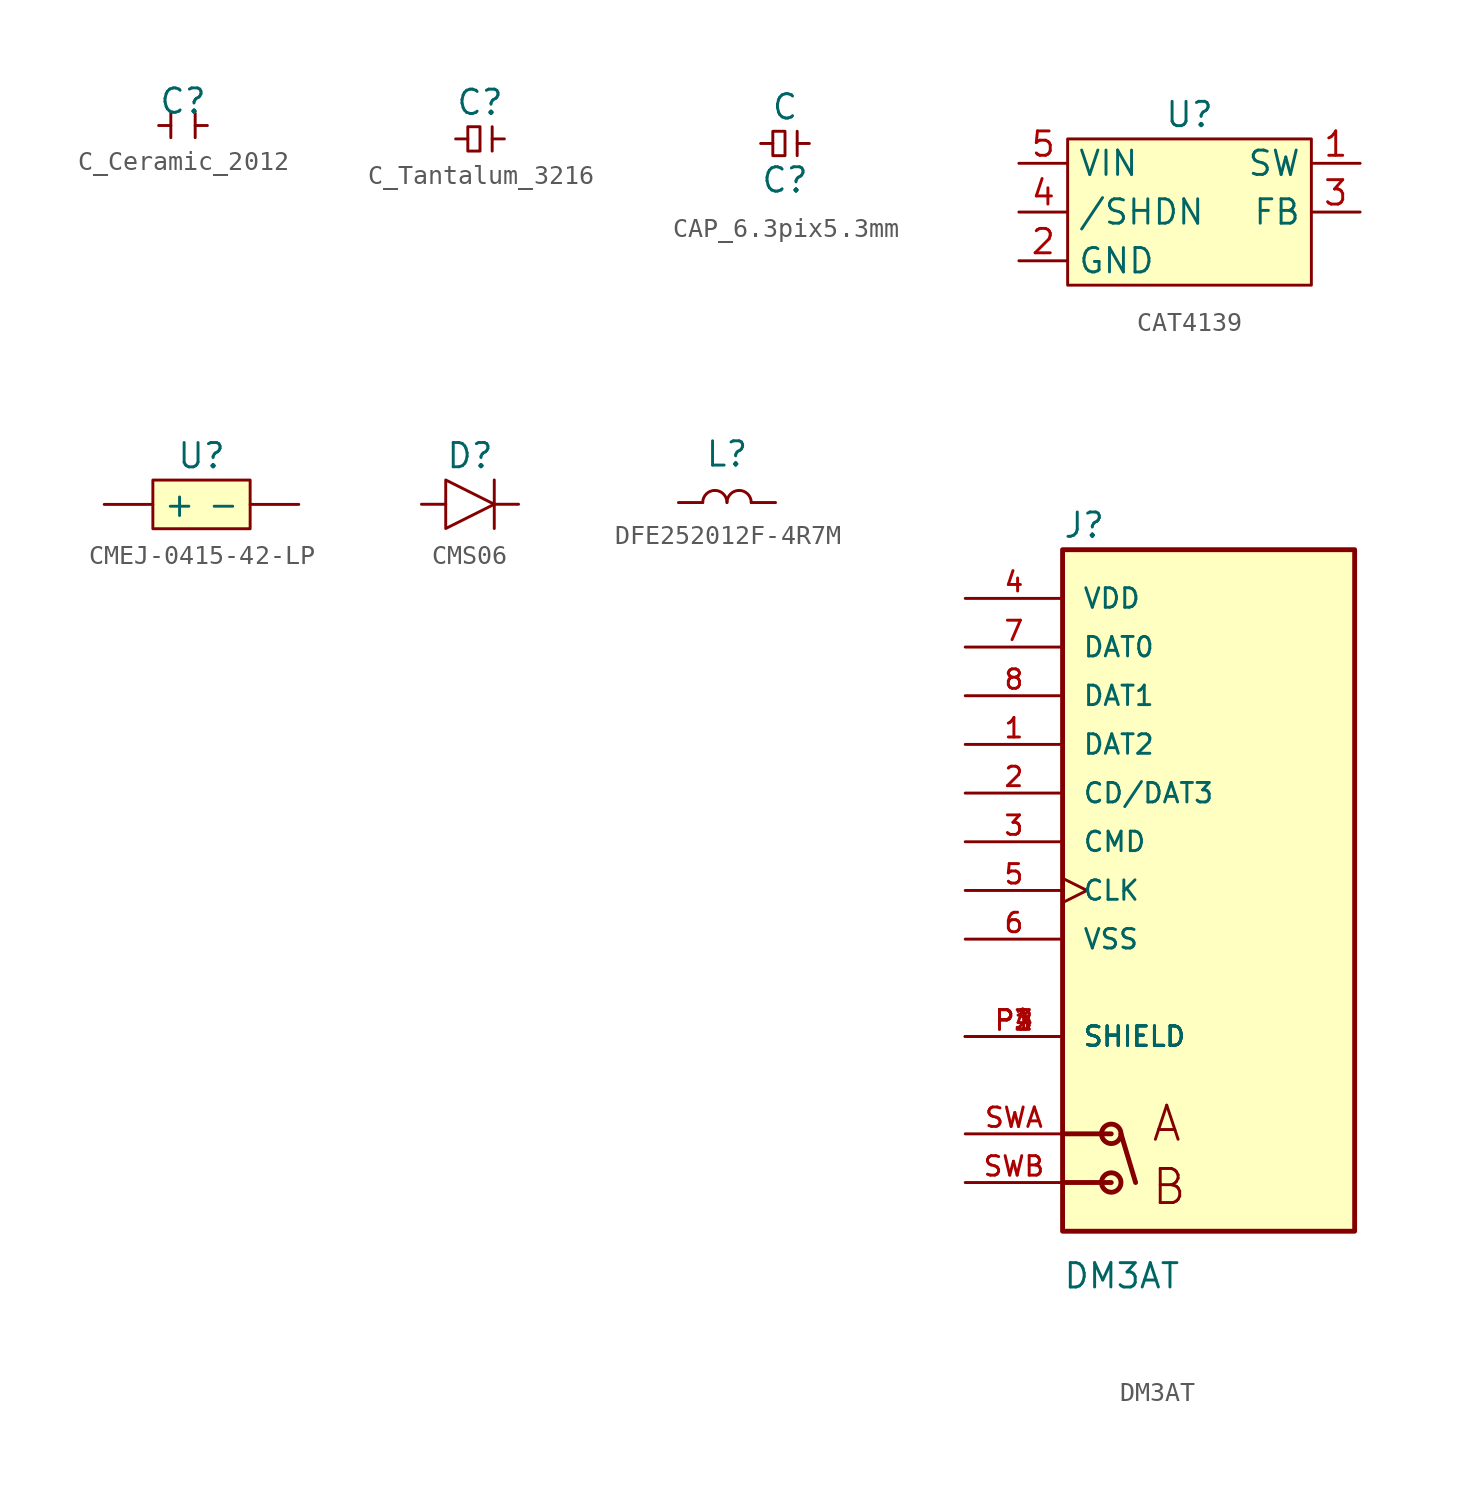
<source format=kicad_sym>
(kicad_symbol_lib
  (version 20220914)
  (generator kicad_symbol_editor)
  (symbol "C_Ceramic_2012"
    (pin_numbers hide)
    (pin_names
      (offset 0) hide)
    (property "Reference" "C"
      (at 0 1.27 0)
      (effects (font (size 1.27 1.27))))
    (property "Value" ""
      (at 0 0 0)
      (effects (font (size 1.27 1.27))))
    (symbol "C_Ceramic_2012_0_1"
      (polyline (pts (xy -0.635 0.635) (xy -0.635 -0.635)) (stroke (width 0) (type default)) (fill (type none)))
      (polyline (pts (xy 0.635 0.635) (xy 0.635 -0.635)) (stroke (width 0) (type default)) (fill (type none))))
    (symbol "C_Ceramic_2012_1_1"
      (pin passive line (at -1.27 0 0) (length 0.635) (name "" (effects (font (size 1.27 1.27)))) (number "1" (effects (font (size 1.27 1.27)))))
      (pin passive line (at 1.27 0 180) (length 0.635) (name "" (effects (font (size 1.27 1.27)))) (number "2" (effects (font (size 1.27 1.27)))))))
  (symbol "C_Tantalum_3216"
    (pin_numbers hide)
    (pin_names
      (offset 0) hide)
    (property "Reference" "C"
      (at 0 1.905 0)
      (effects (font (size 1.27 1.27))))
    (property "Value" ""
      (at 0 0 0)
      (effects (font (size 1.27 1.27))))
    (symbol "C_Tantalum_3216_0_1"
      (polyline (pts (xy 0.635 0.635) (xy 0.635 -0.635)) (stroke (width 0) (type default)) (fill (type none)))
      (polyline (pts (xy -0.635 0.635) (xy -0.635 -0.635) (xy 0 -0.635) (xy 0 0.635) (xy -0.635 0.635)) (stroke (width 0) (type default)) (fill (type none))))
    (symbol "C_Tantalum_3216_1_1"
      (pin passive line (at -1.27 0 0) (length 0.635) (name "" (effects (font (size 1.27 1.27)))) (number "1" (effects (font (size 1.27 1.27)))))
      (pin passive line (at 1.27 0 180) (length 0.635) (name "" (effects (font (size 1.27 1.27)))) (number "2" (effects (font (size 1.27 1.27)))))))
  (symbol "CAP_6.3pix5.3mm"
    (pin_numbers hide)
    (pin_names hide)
    (property "Reference" "C"
      (at 0 -1.905 0)
      (effects (font (size 1.27 1.27))))
    (property "Value" "C"
      (at 0 1.905 0)
      (effects (font (size 1.27 1.27))))
    (symbol "CAP_6.3pix5.3mm_0_1"
      (polyline (pts (xy 0.635 0.635) (xy 0.635 -0.635)) (stroke (width 0) (type default)) (fill (type none)))
      (polyline (pts (xy -0.635 0.635) (xy -0.635 -0.635) (xy 0 -0.635) (xy 0 0.635) (xy -0.635 0.635)) (stroke (width 0) (type default)) (fill (type none))))
    (symbol "CAP_6.3pix5.3mm_1_1"
      (pin input line (at -1.27 0 0) (length 0.635) (name "" (effects (font (size 1.27 1.27)))) (number "1" (effects (font (size 1.27 1.27)))))
      (pin input line (at 1.27 0 180) (length 0.635) (name "" (effects (font (size 1.27 1.27)))) (number "2" (effects (font (size 1.27 1.27)))))))
  (symbol "CAT4139"
    (property "Reference" "U"
      (at 0 5.08 0)
      (effects (font (size 1.27 1.27))))
    (property "Value" ""
      (at -8.89 5.08 0)
      (effects (font (size 1.27 1.27))))
    (symbol "CAT4139_1_1"
      (rectangle (start -6.35 3.81) (end 6.35 -3.81) (stroke (width 0) (type default)) (fill (type background)))
      (pin power_out line (at 8.89 2.54 180) (length 2.54) (name "SW" (effects (font (size 1.27 1.27)))) (number "1" (effects (font (size 1.27 1.27)))))
      (pin power_in line (at -8.89 -2.54 0) (length 2.54) (name "GND" (effects (font (size 1.27 1.27)))) (number "2" (effects (font (size 1.27 1.27)))))
      (pin input line (at 8.89 0 180) (length 2.54) (name "FB" (effects (font (size 1.27 1.27)))) (number "3" (effects (font (size 1.27 1.27)))))
      (pin input line (at -8.89 0 0) (length 2.54) (name "/SHDN" (effects (font (size 1.27 1.27)))) (number "4" (effects (font (size 1.27 1.27)))))
      (pin power_in line (at -8.89 2.54 0) (length 2.54) (name "VIN" (effects (font (size 1.27 1.27)))) (number "5" (effects (font (size 1.27 1.27)))))))
  (symbol "CMEJ-0415-42-LP"
    (pin_numbers hide)
    (property "Reference" "U"
      (at 0 2.54 0)
      (effects (font (size 1.27 1.27))))
    (property "Value" ""
      (at 0 0 0)
      (effects (font (size 1.27 1.27))))
    (symbol "CMEJ-0415-42-LP_1_1"
      (rectangle (start -2.54 1.27) (end 2.54 -1.27) (stroke (width 0) (type default)) (fill (type background)))
      (pin input line (at -5.08 0 0) (length 2.54) (name "+" (effects (font (size 1.27 1.27)))) (number "1" (effects (font (size 1.27 1.27)))))
      (pin input line (at 5.08 0 180) (length 2.54) (name "-" (effects (font (size 1.27 1.27)))) (number "2" (effects (font (size 1.27 1.27)))))))
  (symbol "CMS06"
    (pin_numbers hide)
    (pin_names hide)
    (property "Reference" "D"
      (at 0 2.54 0)
      (effects (font (size 1.27 1.27))))
    (property "Value" ""
      (at 0 0 0)
      (effects (font (size 1.27 1.27))))
    (symbol "CMS06_0_1"
      (polyline (pts (xy 1.27 1.27) (xy 1.27 -1.27)) (stroke (width 0) (type default)) (fill (type none)))
      (polyline (pts (xy -1.27 1.27) (xy -1.27 -1.27) (xy 1.27 0) (xy -1.27 1.27)) (stroke (width 0) (type default)) (fill (type none))))
    (symbol "CMS06_1_1"
      (pin passive line (at -2.54 0 0) (length 1.27) (name "" (effects (font (size 1.27 1.27)))) (number "1" (effects (font (size 1.27 1.27)))))
      (pin passive line (at 2.54 0 180) (length 1.27) (name "" (effects (font (size 1.27 1.27)))) (number "2" (effects (font (size 1.27 1.27)))))))
  (symbol "DFE252012F-4R7M"
    (pin_numbers hide)
    (pin_names hide)
    (property "Reference" "L"
      (at 0 1.27 0)
      (effects (font (size 1.27 1.27))))
    (property "Value" ""
      (at 0 0 0)
      (effects (font (size 1.27 1.27))))
    (symbol "DFE252012F-4R7M_0_1"
      (arc (start -0.635 -0.635) (mid -1.084 -0.821) (end -1.27 -1.27) (stroke (width 0) (type default)) (fill (type none)))
      (arc (start 0 -1.27) (mid -0.186 -0.821) (end -0.635 -0.635) (stroke (width 0) (type default)) (fill (type none)))
      (arc (start 0.635 -0.635) (mid 0.186 -0.821) (end 0 -1.27) (stroke (width 0) (type default)) (fill (type none)))
      (arc (start 1.27 -1.27) (mid 1.084 -0.821) (end 0.635 -0.635) (stroke (width 0) (type default)) (fill (type none))))
    (symbol "DFE252012F-4R7M_1_1"
      (pin passive line (at -2.54 -1.27 0) (length 1.27) (name "" (effects (font (size 1.27 1.27)))) (number "1" (effects (font (size 1.27 1.27)))))
      (pin passive line (at 2.54 -1.27 180) (length 1.27) (name "" (effects (font (size 1.27 1.27)))) (number "2" (effects (font (size 1.27 1.27)))))))
  (symbol "DM3AT"
    (pin_names
      (offset 1.016))
    (property "Reference" "J"
      (at -7.62 18.315 0)
      (effects (font (size 1.27 1.27)) (justify left bottom)))
    (property "Value" "DM3AT"
      (at -7.62 -20.854 0)
      (effects (font (size 1.27 1.27)) (justify left bottom)))
    (symbol "DM3AT_0_0"
      (rectangle (start -7.62 -17.78) (end 7.62 17.78) (stroke (width 0.254) (type default)) (fill (type background)))
      (circle (center -5.08 -15.24) (radius 0.508) (stroke (width 0.254) (type default)) (fill (type none)))
      (circle (center -5.08 -12.7) (radius 0.508) (stroke (width 0.254) (type default)) (fill (type none)))
      (polyline (pts (xy -7.62 -15.24) (xy -5.08 -15.24)) (stroke (width 0.254) (type default)) (fill (type none)))
      (polyline (pts (xy -7.62 -12.7) (xy -5.08 -12.7)) (stroke (width 0.254) (type default)) (fill (type none)))
      (polyline (pts (xy -4.572 -12.7) (xy -3.81 -15.24)) (stroke (width 0.254) (type default)) (fill (type none)))
      (text "A" (at -3.048 -13.208 0) (effects (font (size 1.778 1.778)) (justify left bottom)))
      (text "B" (at -3.048 -16.51 0) (effects (font (size 1.778 1.778)) (justify left bottom)))
      (pin bidirectional line (at -12.7 7.62 0) (length 5.08) (name "DAT2" (effects (font (size 1.016 1.016)))) (number "1" (effects (font (size 1.016 1.016)))))
      (pin bidirectional line (at -12.7 5.08 0) (length 5.08) (name "CD/DAT3" (effects (font (size 1.016 1.016)))) (number "2" (effects (font (size 1.016 1.016)))))
      (pin bidirectional line (at -12.7 2.54 0) (length 5.08) (name "CMD" (effects (font (size 1.016 1.016)))) (number "3" (effects (font (size 1.016 1.016)))))
      (pin power_in line (at -12.7 15.24 0) (length 5.08) (name "VDD" (effects (font (size 1.016 1.016)))) (number "4" (effects (font (size 1.016 1.016)))))
      (pin bidirectional clock (at -12.7 0 0) (length 5.08) (name "CLK" (effects (font (size 1.016 1.016)))) (number "5" (effects (font (size 1.016 1.016)))))
      (pin power_in line (at -12.7 -2.54 0) (length 5.08) (name "VSS" (effects (font (size 1.016 1.016)))) (number "6" (effects (font (size 1.016 1.016)))))
      (pin bidirectional line (at -12.7 12.7 0) (length 5.08) (name "DAT0" (effects (font (size 1.016 1.016)))) (number "7" (effects (font (size 1.016 1.016)))))
      (pin bidirectional line (at -12.7 10.16 0) (length 5.08) (name "DAT1" (effects (font (size 1.016 1.016)))) (number "8" (effects (font (size 1.016 1.016)))))
      (pin passive line (at -12.7 -7.62 0) (length 5.08) (name "SHIELD" (effects (font (size 1.016 1.016)))) (number "P1" (effects (font (size 1.016 1.016)))))
      (pin passive line (at -12.7 -7.62 0) (length 5.08) (name "SHIELD" (effects (font (size 1.016 1.016)))) (number "P2" (effects (font (size 1.016 1.016)))))
      (pin passive line (at -12.7 -7.62 0) (length 5.08) (name "SHIELD" (effects (font (size 1.016 1.016)))) (number "P3" (effects (font (size 1.016 1.016)))))
      (pin passive line (at -12.7 -7.62 0) (length 5.08) (name "SHIELD" (effects (font (size 1.016 1.016)))) (number "P4" (effects (font (size 1.016 1.016)))))
      (pin bidirectional line (at -12.7 -12.7 0) (length 5.08) (name "~" (effects (font (size 1.016 1.016)))) (number "SWA" (effects (font (size 1.016 1.016)))))
      (pin bidirectional line (at -12.7 -15.24 0) (length 5.08) (name "~" (effects (font (size 1.016 1.016)))) (number "SWB" (effects (font (size 1.016 1.016))))))))
</source>
